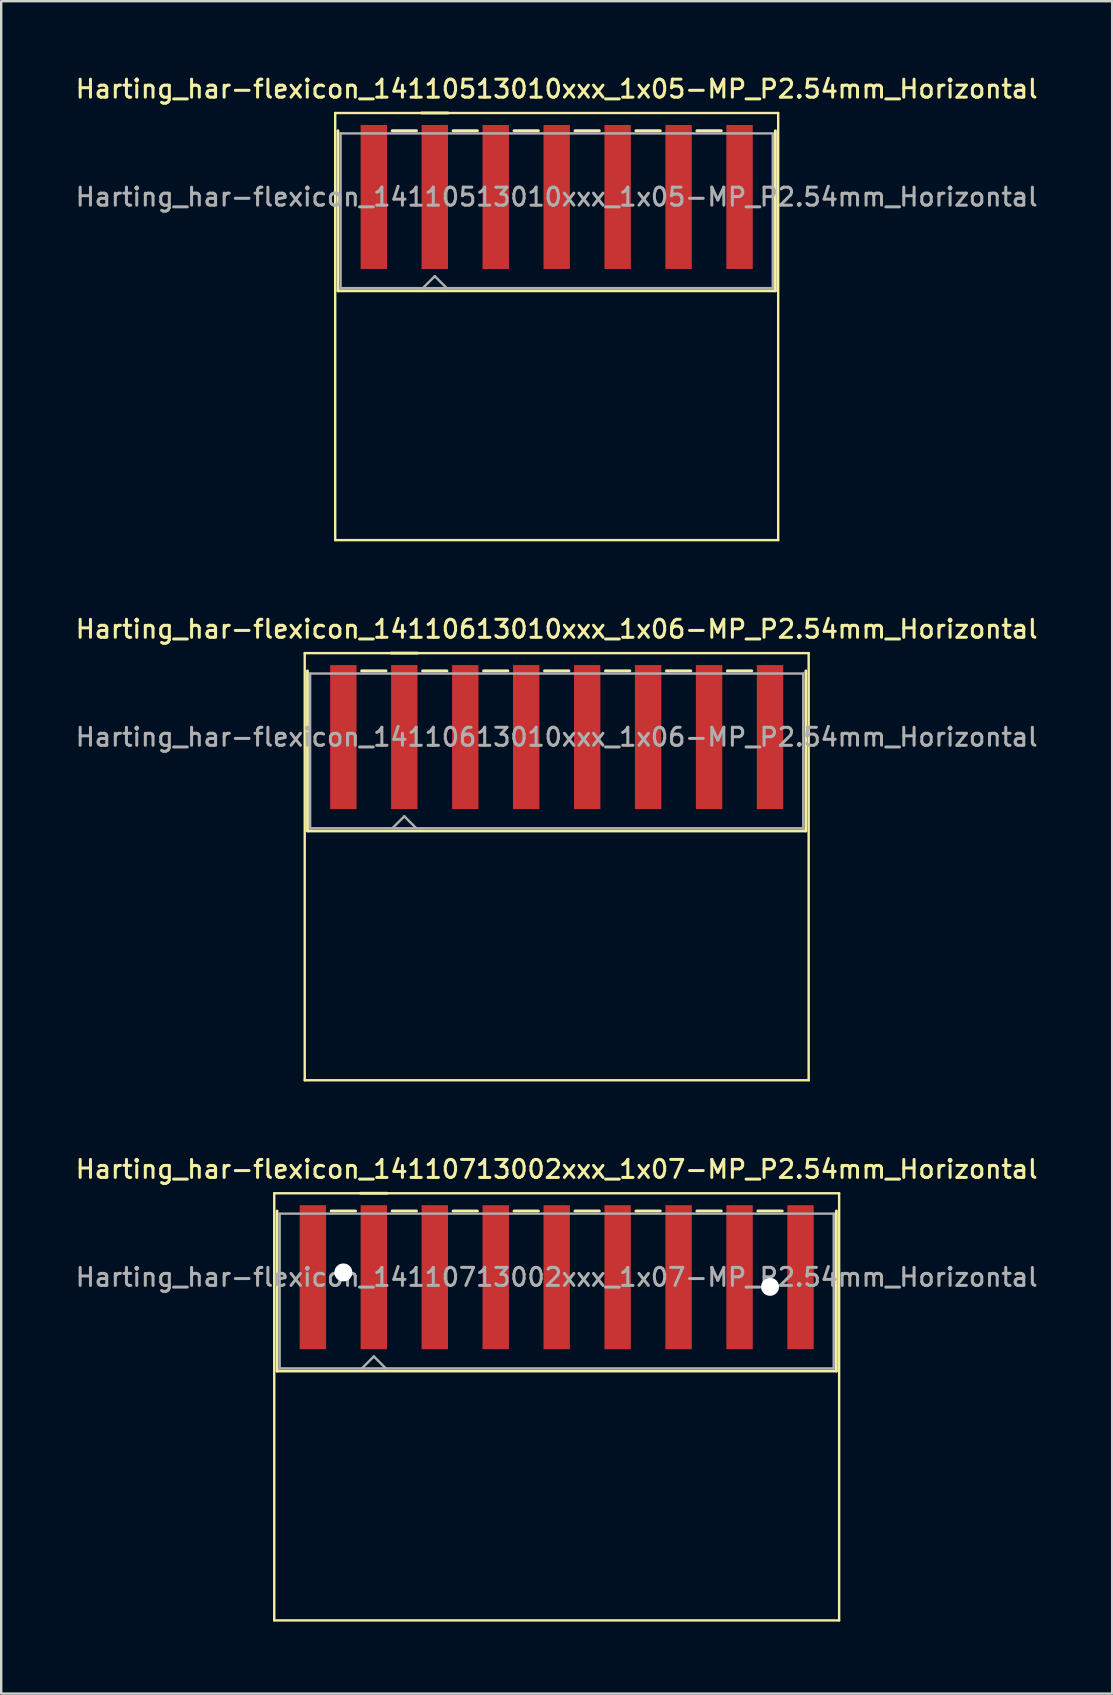
<source format=kicad_pcb>
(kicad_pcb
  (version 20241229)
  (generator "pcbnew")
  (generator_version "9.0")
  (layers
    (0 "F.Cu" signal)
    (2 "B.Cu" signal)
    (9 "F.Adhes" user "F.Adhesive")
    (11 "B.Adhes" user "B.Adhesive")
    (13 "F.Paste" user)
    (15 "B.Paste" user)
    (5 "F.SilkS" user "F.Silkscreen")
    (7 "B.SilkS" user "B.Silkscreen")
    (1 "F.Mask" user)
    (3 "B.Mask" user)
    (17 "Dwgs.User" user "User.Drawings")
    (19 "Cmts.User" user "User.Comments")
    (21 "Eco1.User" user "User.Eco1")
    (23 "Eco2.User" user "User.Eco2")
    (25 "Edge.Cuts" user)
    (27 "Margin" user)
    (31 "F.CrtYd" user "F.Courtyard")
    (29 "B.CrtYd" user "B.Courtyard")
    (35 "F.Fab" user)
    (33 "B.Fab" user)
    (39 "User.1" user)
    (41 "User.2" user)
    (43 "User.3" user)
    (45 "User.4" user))
  (footprint "Harting_har-flexicon_14110713002xxx_1x07-MP_P2.54mm_Horizontal"
    (layer "F.Cu")
    (at 20.148 51.474)
    (property "Reference" "Harting_har-flexicon_14110713002xxx_1x07-MP_P2.54mm_Horizontal" (at 0 -5.8 0) (layer "F.SilkS") (effects (font (size 0.75 0.75) (thickness 0.125))))
    (attr smd)
    (fp_line (start -11.77 -4.8) (end -11.77 13) (stroke (width 0.1) (type solid)) (layer "F.SilkS"))
    (fp_line (start -11.77 13) (end 11.77 13) (stroke (width 0.1) (type solid)) (layer "F.SilkS"))
    (fp_line (start -11.655 -4.06) (end -11.655 2.61) (stroke (width 0.12) (type solid)) (layer "F.SilkS"))
    (fp_line (start -9.398 -4.06) (end -8.382 -4.06) (stroke (width 0.12) (type solid)) (layer "F.SilkS"))
    (fp_line (start -8.17 -4.8) (end -7.07 -4.8) (stroke (width 0.12) (type solid)) (layer "F.SilkS"))
    (fp_line (start -6.858 -4.06) (end -5.842 -4.06) (stroke (width 0.12) (type solid)) (layer "F.SilkS"))
    (fp_line (start -4.318 -4.06) (end -3.302 -4.06) (stroke (width 0.12) (type solid)) (layer "F.SilkS"))
    (fp_line (start -1.778 -4.06) (end -0.762 -4.06) (stroke (width 0.12) (type solid)) (layer "F.SilkS"))
    (fp_line (start 0.762 -4.06) (end 1.778 -4.06) (stroke (width 0.12) (type solid)) (layer "F.SilkS"))
    (fp_line (start 3.302 -4.06) (end 4.318 -4.06) (stroke (width 0.12) (type solid)) (layer "F.SilkS"))
    (fp_line (start 5.842 -4.06) (end 6.858 -4.06) (stroke (width 0.12) (type solid)) (layer "F.SilkS"))
    (fp_line (start 8.382 -4.06) (end 9.398 -4.06) (stroke (width 0.12) (type solid)) (layer "F.SilkS"))
    (fp_line (start 11.655 -4.06) (end 11.655 2.61) (stroke (width 0.12) (type solid)) (layer "F.SilkS"))
    (fp_line (start 11.655 2.61) (end -11.655 2.61) (stroke (width 0.12) (type solid)) (layer "F.SilkS"))
    (fp_line (start 11.77 -4.8) (end -11.77 -4.8) (stroke (width 0.1) (type solid)) (layer "F.SilkS"))
    (fp_line (start 11.77 13) (end 11.77 -4.8) (stroke (width 0.1) (type solid)) (layer "F.SilkS"))
    (fp_line (start -11.545 -3.95) (end -11.545 2.5) (stroke (width 0.1) (type solid)) (layer "F.Fab"))
    (fp_line (start -11.545 2.5) (end 11.545 2.5) (stroke (width 0.1) (type solid)) (layer "F.Fab"))
    (fp_line (start -8.12 2.5) (end -7.62 2) (stroke (width 0.1) (type solid)) (layer "F.Fab"))
    (fp_line (start -7.62 2) (end -7.12 2.5) (stroke (width 0.1) (type solid)) (layer "F.Fab"))
    (fp_line (start 11.545 -3.95) (end -11.545 -3.95) (stroke (width 0.1) (type solid)) (layer "F.Fab"))
    (fp_line (start 11.545 2.5) (end 11.545 -3.95) (stroke (width 0.1) (type solid)) (layer "F.Fab"))
    (fp_text user "${REFERENCE}" (at 0 -1.3 0) (layer "F.Fab") (effects (font (size 0.75 0.75) (thickness 0.125))))
    (pad "" np_thru_hole circle (at -8.89 -1.5) (size 0.75 0.75) (drill 1) (layers "*.Cu" "*.Mask"))
    (pad "" np_thru_hole circle (at 8.89 -0.9) (size 0.75 0.75) (drill 1) (layers "*.Cu" "*.Mask"))
    (pad "1" smd rect (at -7.62 -1.3) (size 1.1 6) (layers "F.Cu" "F.Mask" "F.Paste"))
    (pad "2" smd rect (at -5.08 -1.3) (size 1.1 6) (layers "F.Cu" "F.Mask" "F.Paste"))
    (pad "3" smd rect (at -2.54 -1.3) (size 1.1 6) (layers "F.Cu" "F.Mask" "F.Paste"))
    (pad "4" smd rect (at 0 -1.3) (size 1.1 6) (layers "F.Cu" "F.Mask" "F.Paste"))
    (pad "5" smd rect (at 2.54 -1.3) (size 1.1 6) (layers "F.Cu" "F.Mask" "F.Paste"))
    (pad "6" smd rect (at 5.08 -1.3) (size 1.1 6) (layers "F.Cu" "F.Mask" "F.Paste"))
    (pad "7" smd rect (at 7.62 -1.3) (size 1.1 6) (layers "F.Cu" "F.Mask" "F.Paste"))
    (pad "MP" smd rect (at -10.16 -1.3) (size 1.1 6) (layers "F.Cu" "F.Mask" "F.Paste"))
    (pad "MP" smd rect (at 10.16 -1.3) (size 1.1 6) (layers "F.Cu" "F.Mask" "F.Paste")))
  (footprint "Harting_har-flexicon_14110613010xxx_1x06-MP_P2.54mm_Horizontal"
    (layer "F.Cu")
    (at 20.148 28.966)
    (property "Reference" "Harting_har-flexicon_14110613010xxx_1x06-MP_P2.54mm_Horizontal" (at 0 -5.8 0) (layer "F.SilkS") (effects (font (size 0.75 0.75) (thickness 0.125))))
    (attr smd)
    (fp_line (start -10.5 -4.8) (end -10.5 13) (stroke (width 0.1) (type solid)) (layer "F.SilkS"))
    (fp_line (start -10.5 13) (end 10.5 13) (stroke (width 0.1) (type solid)) (layer "F.SilkS"))
    (fp_line (start -10.385 -4.06) (end -10.385 2.61) (stroke (width 0.12) (type solid)) (layer "F.SilkS"))
    (fp_line (start -8.128 -4.06) (end -7.112 -4.06) (stroke (width 0.12) (type solid)) (layer "F.SilkS"))
    (fp_line (start -6.9 -4.8) (end -5.8 -4.8) (stroke (width 0.12) (type solid)) (layer "F.SilkS"))
    (fp_line (start -5.588 -4.06) (end -4.572 -4.06) (stroke (width 0.12) (type solid)) (layer "F.SilkS"))
    (fp_line (start -3.048 -4.06) (end -2.032 -4.06) (stroke (width 0.12) (type solid)) (layer "F.SilkS"))
    (fp_line (start -0.508 -4.06) (end 0.508 -4.06) (stroke (width 0.12) (type solid)) (layer "F.SilkS"))
    (fp_line (start 2.032 -4.06) (end 3.048 -4.06) (stroke (width 0.12) (type solid)) (layer "F.SilkS"))
    (fp_line (start 4.572 -4.06) (end 5.588 -4.06) (stroke (width 0.12) (type solid)) (layer "F.SilkS"))
    (fp_line (start 7.112 -4.06) (end 8.128 -4.06) (stroke (width 0.12) (type solid)) (layer "F.SilkS"))
    (fp_line (start 10.385 -4.06) (end 10.385 2.61) (stroke (width 0.12) (type solid)) (layer "F.SilkS"))
    (fp_line (start 10.385 2.61) (end -10.385 2.61) (stroke (width 0.12) (type solid)) (layer "F.SilkS"))
    (fp_line (start 10.5 -4.8) (end -10.5 -4.8) (stroke (width 0.1) (type solid)) (layer "F.SilkS"))
    (fp_line (start 10.5 13) (end 10.5 -4.8) (stroke (width 0.1) (type solid)) (layer "F.SilkS"))
    (fp_line (start -10.275 -3.95) (end -10.275 2.5) (stroke (width 0.1) (type solid)) (layer "F.Fab"))
    (fp_line (start -10.275 2.5) (end 10.275 2.5) (stroke (width 0.1) (type solid)) (layer "F.Fab"))
    (fp_line (start -6.85 2.5) (end -6.35 2) (stroke (width 0.1) (type solid)) (layer "F.Fab"))
    (fp_line (start -6.35 2) (end -5.85 2.5) (stroke (width 0.1) (type solid)) (layer "F.Fab"))
    (fp_line (start 10.275 -3.95) (end -10.275 -3.95) (stroke (width 0.1) (type solid)) (layer "F.Fab"))
    (fp_line (start 10.275 2.5) (end 10.275 -3.95) (stroke (width 0.1) (type solid)) (layer "F.Fab"))
    (fp_text user "${REFERENCE}" (at 0 -1.3 0) (layer "F.Fab") (effects (font (size 0.75 0.75) (thickness 0.125))))
    (pad "1" smd rect (at -6.35 -1.3) (size 1.1 6) (layers "F.Cu" "F.Mask" "F.Paste"))
    (pad "2" smd rect (at -3.81 -1.3) (size 1.1 6) (layers "F.Cu" "F.Mask" "F.Paste"))
    (pad "3" smd rect (at -1.27 -1.3) (size 1.1 6) (layers "F.Cu" "F.Mask" "F.Paste"))
    (pad "4" smd rect (at 1.27 -1.3) (size 1.1 6) (layers "F.Cu" "F.Mask" "F.Paste"))
    (pad "5" smd rect (at 3.81 -1.3) (size 1.1 6) (layers "F.Cu" "F.Mask" "F.Paste"))
    (pad "6" smd rect (at 6.35 -1.3) (size 1.1 6) (layers "F.Cu" "F.Mask" "F.Paste"))
    (pad "MP" smd rect (at -8.89 -1.3) (size 1.1 6) (layers "F.Cu" "F.Mask" "F.Paste"))
    (pad "MP" smd rect (at 8.89 -1.3) (size 1.1 6) (layers "F.Cu" "F.Mask" "F.Paste")))
  (footprint "Harting_har-flexicon_14110513010xxx_1x05-MP_P2.54mm_Horizontal"
    (layer "F.Cu")
    (at 20.148 6.458)
    (property "Reference" "Harting_har-flexicon_14110513010xxx_1x05-MP_P2.54mm_Horizontal" (at 0 -5.8 0) (layer "F.SilkS") (effects (font (size 0.75 0.75) (thickness 0.125))))
    (attr smd)
    (fp_line (start -9.23 -4.8) (end -9.23 13) (stroke (width 0.1) (type solid)) (layer "F.SilkS"))
    (fp_line (start -9.23 13) (end 9.23 13) (stroke (width 0.1) (type solid)) (layer "F.SilkS"))
    (fp_line (start -9.115 -4.06) (end -9.115 2.61) (stroke (width 0.12) (type solid)) (layer "F.SilkS"))
    (fp_line (start -6.858 -4.06) (end -5.842 -4.06) (stroke (width 0.12) (type solid)) (layer "F.SilkS"))
    (fp_line (start -5.63 -4.8) (end -4.53 -4.8) (stroke (width 0.12) (type solid)) (layer "F.SilkS"))
    (fp_line (start -4.318 -4.06) (end -3.302 -4.06) (stroke (width 0.12) (type solid)) (layer "F.SilkS"))
    (fp_line (start -1.778 -4.06) (end -0.762 -4.06) (stroke (width 0.12) (type solid)) (layer "F.SilkS"))
    (fp_line (start 0.762 -4.06) (end 1.778 -4.06) (stroke (width 0.12) (type solid)) (layer "F.SilkS"))
    (fp_line (start 3.302 -4.06) (end 4.318 -4.06) (stroke (width 0.12) (type solid)) (layer "F.SilkS"))
    (fp_line (start 5.842 -4.06) (end 6.858 -4.06) (stroke (width 0.12) (type solid)) (layer "F.SilkS"))
    (fp_line (start 9.115 -4.06) (end 9.115 2.61) (stroke (width 0.12) (type solid)) (layer "F.SilkS"))
    (fp_line (start 9.115 2.61) (end -9.115 2.61) (stroke (width 0.12) (type solid)) (layer "F.SilkS"))
    (fp_line (start 9.23 -4.8) (end -9.23 -4.8) (stroke (width 0.1) (type solid)) (layer "F.SilkS"))
    (fp_line (start 9.23 13) (end 9.23 -4.8) (stroke (width 0.1) (type solid)) (layer "F.SilkS"))
    (fp_line (start -9.005 -3.95) (end -9.005 2.5) (stroke (width 0.1) (type solid)) (layer "F.Fab"))
    (fp_line (start -9.005 2.5) (end 9.005 2.5) (stroke (width 0.1) (type solid)) (layer "F.Fab"))
    (fp_line (start -5.58 2.5) (end -5.08 2) (stroke (width 0.1) (type solid)) (layer "F.Fab"))
    (fp_line (start -5.08 2) (end -4.58 2.5) (stroke (width 0.1) (type solid)) (layer "F.Fab"))
    (fp_line (start 9.005 -3.95) (end -9.005 -3.95) (stroke (width 0.1) (type solid)) (layer "F.Fab"))
    (fp_line (start 9.005 2.5) (end 9.005 -3.95) (stroke (width 0.1) (type solid)) (layer "F.Fab"))
    (fp_text user "${REFERENCE}" (at 0 -1.3 0) (layer "F.Fab") (effects (font (size 0.75 0.75) (thickness 0.125))))
    (pad "1" smd rect (at -5.08 -1.3) (size 1.1 6) (layers "F.Cu" "F.Mask" "F.Paste"))
    (pad "2" smd rect (at -2.54 -1.3) (size 1.1 6) (layers "F.Cu" "F.Mask" "F.Paste"))
    (pad "3" smd rect (at 0 -1.3) (size 1.1 6) (layers "F.Cu" "F.Mask" "F.Paste"))
    (pad "4" smd rect (at 2.54 -1.3) (size 1.1 6) (layers "F.Cu" "F.Mask" "F.Paste"))
    (pad "5" smd rect (at 5.08 -1.3) (size 1.1 6) (layers "F.Cu" "F.Mask" "F.Paste"))
    (pad "MP" smd rect (at -7.62 -1.3) (size 1.1 6) (layers "F.Cu" "F.Mask" "F.Paste"))
    (pad "MP" smd rect (at 7.62 -1.3) (size 1.1 6) (layers "F.Cu" "F.Mask" "F.Paste")))
  (gr_rect
    (start -3 -3)
    (end 43.296 67.524)
    (stroke (width 0.1) (type default))
    (fill no)
    (layer "Edge.Cuts")))
</source>
